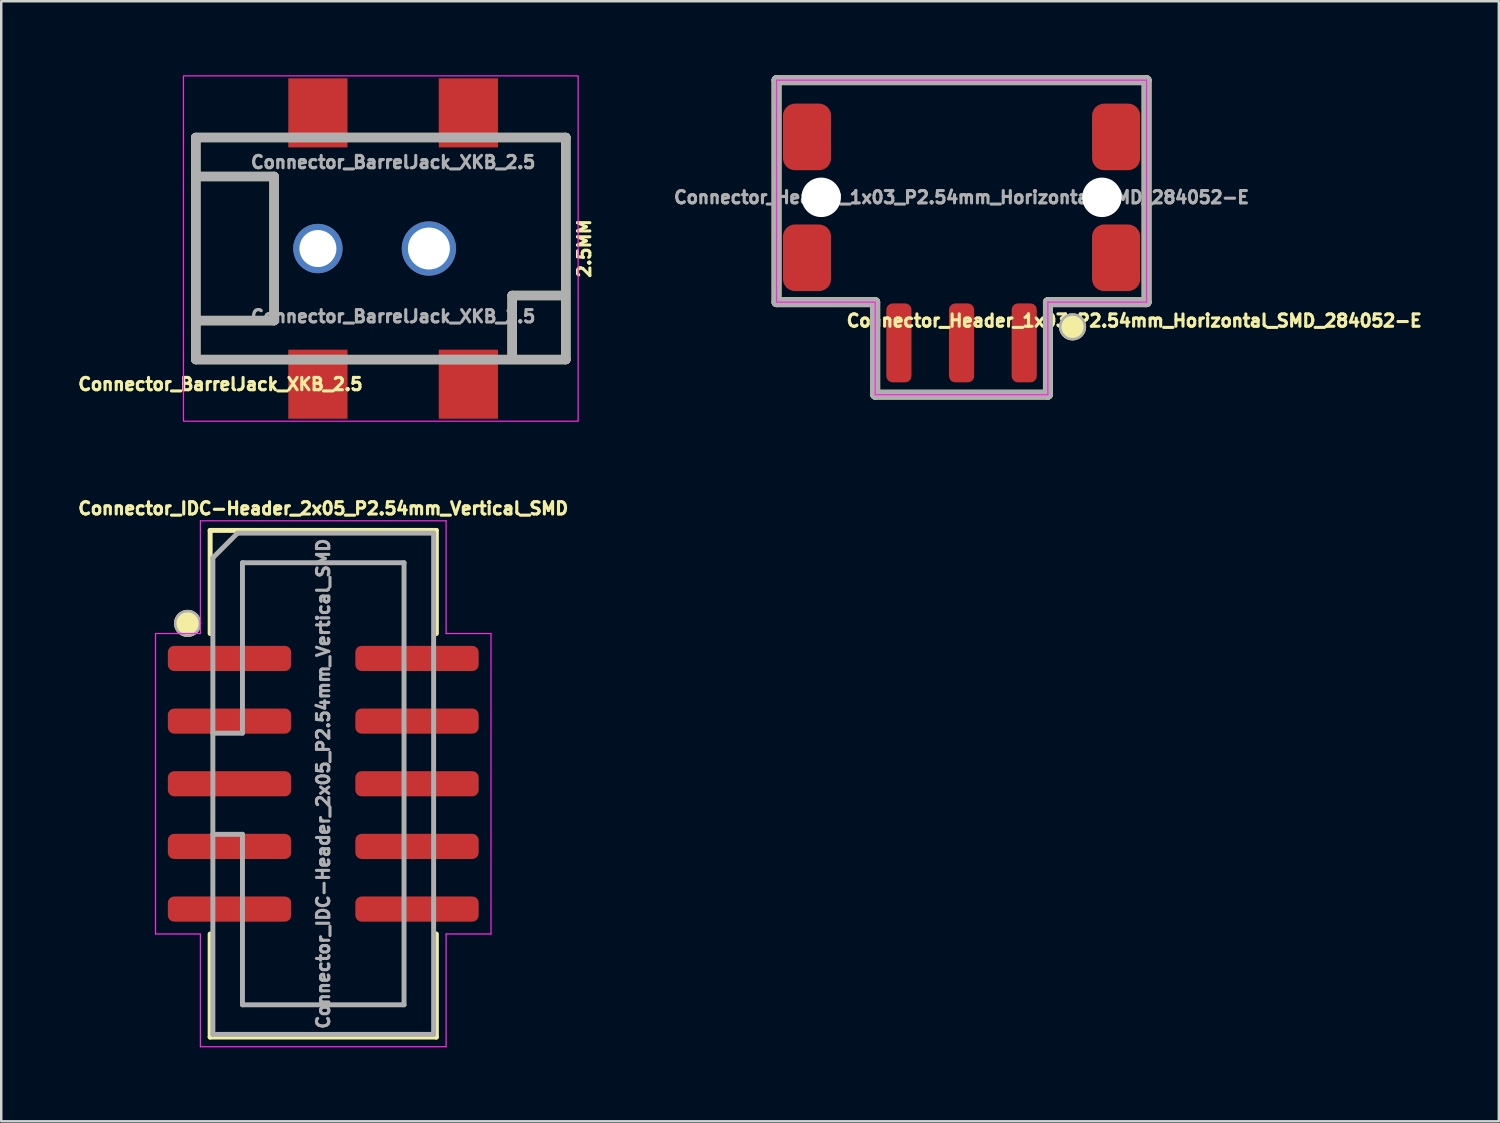
<source format=kicad_pcb>
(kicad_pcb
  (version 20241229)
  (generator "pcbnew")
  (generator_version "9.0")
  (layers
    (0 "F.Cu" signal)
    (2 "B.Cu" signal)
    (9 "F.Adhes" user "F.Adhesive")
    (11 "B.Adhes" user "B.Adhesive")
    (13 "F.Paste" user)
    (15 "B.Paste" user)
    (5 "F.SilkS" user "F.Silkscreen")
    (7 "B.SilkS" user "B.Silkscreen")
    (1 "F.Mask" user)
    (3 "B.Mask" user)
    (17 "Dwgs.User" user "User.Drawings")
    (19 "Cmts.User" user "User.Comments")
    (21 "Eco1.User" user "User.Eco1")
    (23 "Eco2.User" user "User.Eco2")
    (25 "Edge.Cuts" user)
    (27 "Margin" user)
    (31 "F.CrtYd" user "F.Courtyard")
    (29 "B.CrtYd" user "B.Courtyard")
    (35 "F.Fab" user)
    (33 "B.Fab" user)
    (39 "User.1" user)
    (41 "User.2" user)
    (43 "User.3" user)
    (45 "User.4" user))
  (footprint "Connector_Header_1x03_P2.54mm_Horizontal_SMD_284052-E"
    (layer "F.Cu")
    (at 35.93 4.95)
    (property "Reference" "Connector_Header_1x03_P2.54mm_Horizontal_SMD_284052-E" (at 7 5 0) (layer "F.SilkS") (effects (font (size 0.5 0.5) (thickness 0.125))))
    (attr smd)
    (fp_line (start -7.5 -4.75) (end -7.5 4.25) (stroke (width 0.4) (type default)) (layer "F.SilkS"))
    (fp_line (start -7.5 4.25) (end -3.5 4.25) (stroke (width 0.4) (type default)) (layer "F.SilkS"))
    (fp_line (start -3.5 4.25) (end -3.5 8) (stroke (width 0.4) (type default)) (layer "F.SilkS"))
    (fp_line (start -3.5 8) (end 3.5 8) (stroke (width 0.4) (type default)) (layer "F.SilkS"))
    (fp_line (start 3.5 4.25) (end 7.5 4.25) (stroke (width 0.4) (type default)) (layer "F.SilkS"))
    (fp_line (start 3.5 8) (end 3.5 4.25) (stroke (width 0.4) (type default)) (layer "F.SilkS"))
    (fp_line (start 7.5 -4.75) (end -7.5 -4.75) (stroke (width 0.4) (type default)) (layer "F.SilkS"))
    (fp_line (start 7.5 4.25) (end 7.5 -4.75) (stroke (width 0.4) (type default)) (layer "F.SilkS"))
    (fp_circle (center 4.5 5.25) (end 5 5.25) (stroke (width 0.1) (type solid)) (fill yes) (layer "F.SilkS"))
    (fp_line (start -7.5 -4.75) (end -7.5 4.25) (stroke (width 0.05) (type default)) (layer "F.CrtYd"))
    (fp_line (start -7.5 4.25) (end -3.5 4.25) (stroke (width 0.05) (type default)) (layer "F.CrtYd"))
    (fp_line (start -3.5 4.25) (end -3.5 8) (stroke (width 0.05) (type default)) (layer "F.CrtYd"))
    (fp_line (start -3.5 8) (end 3.5 8) (stroke (width 0.05) (type default)) (layer "F.CrtYd"))
    (fp_line (start 3.5 4.25) (end 7.5 4.25) (stroke (width 0.05) (type default)) (layer "F.CrtYd"))
    (fp_line (start 3.5 8) (end 3.5 4.25) (stroke (width 0.05) (type default)) (layer "F.CrtYd"))
    (fp_line (start 7.5 -4.75) (end -7.5 -4.75) (stroke (width 0.05) (type default)) (layer "F.CrtYd"))
    (fp_line (start 7.5 4.25) (end 7.5 -4.75) (stroke (width 0.05) (type default)) (layer "F.CrtYd"))
    (fp_line (start -7.5 -4.75) (end -7.5 4.25) (stroke (width 0.4) (type default)) (layer "F.Fab"))
    (fp_line (start -7.5 4.25) (end -3.5 4.25) (stroke (width 0.4) (type default)) (layer "F.Fab"))
    (fp_line (start -3.5 4.25) (end -3.5 8) (stroke (width 0.4) (type default)) (layer "F.Fab"))
    (fp_line (start -3.5 8) (end 3.5 8) (stroke (width 0.4) (type default)) (layer "F.Fab"))
    (fp_line (start 3.5 4.25) (end 7.5 4.25) (stroke (width 0.4) (type default)) (layer "F.Fab"))
    (fp_line (start 3.5 8) (end 3.5 4.25) (stroke (width 0.4) (type default)) (layer "F.Fab"))
    (fp_line (start 7.5 -4.75) (end -7.5 -4.75) (stroke (width 0.4) (type default)) (layer "F.Fab"))
    (fp_line (start 7.5 4.25) (end 7.5 -4.75) (stroke (width 0.4) (type default)) (layer "F.Fab"))
    (fp_circle (center 4.5 5.25) (end 5 5.25) (stroke (width 0.1) (type solid)) (fill no) (layer "F.Fab"))
    (fp_text user "${REFERENCE}" (at 0 0 180) (layer "F.Fab") (effects (font (size 0.5 0.5) (thickness 0.125))))
    (pad "" smd roundrect (at -6.265 -2.45) (size 1.95 2.7) (layers "F.Cu" "F.Mask" "F.Paste") (roundrect_rratio 0.25))
    (pad "" smd roundrect (at -6.265 2.45) (size 1.95 2.7) (layers "F.Cu" "F.Mask" "F.Paste") (roundrect_rratio 0.25))
    (pad "" np_thru_hole circle (at -5.69 0) (size 1.6 1.6) (drill 1.6) (layers "*.Cu" "*.Mask"))
    (pad "" np_thru_hole circle (at 5.69 0) (size 1.6 1.6) (drill 1.6) (layers "*.Cu" "*.Mask"))
    (pad "" smd roundrect (at 6.265 -2.45) (size 1.95 2.7) (layers "F.Cu" "F.Mask" "F.Paste") (roundrect_rratio 0.25))
    (pad "" smd roundrect (at 6.265 2.45) (size 1.95 2.7) (layers "F.Cu" "F.Mask" "F.Paste") (roundrect_rratio 0.25))
    (pad "1" smd roundrect (at 2.54 5.9) (size 1.02 3.2) (layers "F.Cu" "F.Mask" "F.Paste") (roundrect_rratio 0.25))
    (pad "2" smd roundrect (at 0 5.9) (size 1.02 3.2) (layers "F.Cu" "F.Mask" "F.Paste") (roundrect_rratio 0.25))
    (pad "3" smd roundrect (at -2.54 5.9) (size 1.02 3.2) (layers "F.Cu" "F.Mask" "F.Paste") (roundrect_rratio 0.25)))
  (footprint "Connector_IDC-Header_2x05_P2.54mm_Vertical_SMD"
    (layer "F.Cu")
    (at 10.054 28.722)
    (property "Reference" "Connector_IDC-Header_2x05_P2.54mm_Vertical_SMD" (at 0 -11.16 0) (layer "F.SilkS") (effects (font (size 0.5 0.5) (thickness 0.125))))
    (attr smd)
    (fp_line (start -4.585 -10.27) (end 4.585 -10.27) (stroke (width 0.2) (type solid)) (layer "F.SilkS"))
    (fp_line (start -4.585 -6.09) (end -4.585 -10.27) (stroke (width 0.2) (type solid)) (layer "F.SilkS"))
    (fp_line (start -4.585 6.09) (end -4.585 10.27) (stroke (width 0.2) (type solid)) (layer "F.SilkS"))
    (fp_line (start -4.585 10.27) (end 4.585 10.27) (stroke (width 0.2) (type solid)) (layer "F.SilkS"))
    (fp_line (start 4.585 -10.27) (end 4.585 -6.09) (stroke (width 0.2) (type solid)) (layer "F.SilkS"))
    (fp_line (start 4.585 10.27) (end 4.585 6.09) (stroke (width 0.2) (type solid)) (layer "F.SilkS"))
    (fp_circle (center -5.5 -6.5) (end -5 -6.5) (stroke (width 0.1) (type solid)) (fill yes) (layer "F.SilkS"))
    (fp_line (start -6.8 -6.09) (end -6.8 6.09) (stroke (width 0.05) (type solid)) (layer "F.CrtYd"))
    (fp_line (start -6.8 6.09) (end -4.98 6.09) (stroke (width 0.05) (type solid)) (layer "F.CrtYd"))
    (fp_line (start -4.98 -10.66) (end -4.98 -6.09) (stroke (width 0.05) (type solid)) (layer "F.CrtYd"))
    (fp_line (start -4.98 -6.09) (end -6.8 -6.09) (stroke (width 0.05) (type solid)) (layer "F.CrtYd"))
    (fp_line (start -4.98 6.09) (end -4.98 10.66) (stroke (width 0.05) (type solid)) (layer "F.CrtYd"))
    (fp_line (start -4.98 10.66) (end 4.98 10.66) (stroke (width 0.05) (type solid)) (layer "F.CrtYd"))
    (fp_line (start 4.98 -10.66) (end -4.98 -10.66) (stroke (width 0.05) (type solid)) (layer "F.CrtYd"))
    (fp_line (start 4.98 -6.09) (end 4.98 -10.66) (stroke (width 0.05) (type solid)) (layer "F.CrtYd"))
    (fp_line (start 4.98 6.09) (end 6.8 6.09) (stroke (width 0.05) (type solid)) (layer "F.CrtYd"))
    (fp_line (start 4.98 10.66) (end 4.98 6.09) (stroke (width 0.05) (type solid)) (layer "F.CrtYd"))
    (fp_line (start 6.8 -6.09) (end 4.98 -6.09) (stroke (width 0.05) (type solid)) (layer "F.CrtYd"))
    (fp_line (start 6.8 6.09) (end 6.8 -6.09) (stroke (width 0.05) (type solid)) (layer "F.CrtYd"))
    (fp_line (start -4.475 -9.16) (end -3.475 -10.16) (stroke (width 0.2) (type solid)) (layer "F.Fab"))
    (fp_line (start -4.475 -2.05) (end -3.275 -2.05) (stroke (width 0.2) (type solid)) (layer "F.Fab"))
    (fp_line (start -4.475 10.16) (end -4.475 -9.16) (stroke (width 0.2) (type solid)) (layer "F.Fab"))
    (fp_line (start -3.475 -10.16) (end 4.475 -10.16) (stroke (width 0.2) (type solid)) (layer "F.Fab"))
    (fp_line (start -3.275 -8.96) (end 3.275 -8.96) (stroke (width 0.2) (type solid)) (layer "F.Fab"))
    (fp_line (start -3.275 -2.05) (end -3.275 -8.96) (stroke (width 0.2) (type solid)) (layer "F.Fab"))
    (fp_line (start -3.275 2.05) (end -4.475 2.05) (stroke (width 0.2) (type solid)) (layer "F.Fab"))
    (fp_line (start -3.275 2.05) (end -3.275 2.05) (stroke (width 0.1) (type solid)) (layer "F.Fab"))
    (fp_line (start -3.275 8.96) (end -3.275 2.05) (stroke (width 0.2) (type solid)) (layer "F.Fab"))
    (fp_line (start 3.275 -8.96) (end 3.275 8.96) (stroke (width 0.2) (type solid)) (layer "F.Fab"))
    (fp_line (start 3.275 8.96) (end -3.275 8.96) (stroke (width 0.2) (type solid)) (layer "F.Fab"))
    (fp_line (start 4.475 -10.16) (end 4.475 10.16) (stroke (width 0.2) (type solid)) (layer "F.Fab"))
    (fp_line (start 4.475 10.16) (end -4.475 10.16) (stroke (width 0.2) (type solid)) (layer "F.Fab"))
    (fp_circle (center -5.5 -6.5) (end -5 -6.5) (stroke (width 0.1) (type solid)) (fill no) (layer "F.Fab"))
    (fp_text user "${REFERENCE}" (at 0 0 90) (layer "F.Fab") (effects (font (size 0.5 0.5) (thickness 0.125))))
    (pad "1" smd roundrect (at -3.8 -5.08) (size 5 1.02) (layers "F.Cu" "F.Mask" "F.Paste") (roundrect_rratio 0.25))
    (pad "2" smd roundrect (at 3.8 -5.08) (size 5 1.02) (layers "F.Cu" "F.Mask" "F.Paste") (roundrect_rratio 0.25))
    (pad "3" smd roundrect (at -3.8 -2.54) (size 5 1.02) (layers "F.Cu" "F.Mask" "F.Paste") (roundrect_rratio 0.25))
    (pad "4" smd roundrect (at 3.8 -2.54) (size 5 1.02) (layers "F.Cu" "F.Mask" "F.Paste") (roundrect_rratio 0.25))
    (pad "5" smd roundrect (at -3.8 0) (size 5 1.02) (layers "F.Cu" "F.Mask" "F.Paste") (roundrect_rratio 0.25))
    (pad "6" smd roundrect (at 3.8 0) (size 5 1.02) (layers "F.Cu" "F.Mask" "F.Paste") (roundrect_rratio 0.25))
    (pad "7" smd roundrect (at -3.8 2.54) (size 5 1.02) (layers "F.Cu" "F.Mask" "F.Paste") (roundrect_rratio 0.25))
    (pad "8" smd roundrect (at 3.8 2.54) (size 5 1.02) (layers "F.Cu" "F.Mask" "F.Paste") (roundrect_rratio 0.25))
    (pad "9" smd roundrect (at -3.8 5.08) (size 5 1.02) (layers "F.Cu" "F.Mask" "F.Paste") (roundrect_rratio 0.25))
    (pad "10" smd roundrect (at 3.8 5.08) (size 5 1.02) (layers "F.Cu" "F.Mask" "F.Paste") (roundrect_rratio 0.25)))
  (footprint "Connector_BarrelJack_XKB_2.5"
    (layer "F.Cu")
    (at 12.887 7.025)
    (property "Reference" "Connector_BarrelJack_XKB_2.5" (at -7 5.5 0) (layer "F.SilkS") (effects (font (size 0.5 0.5) (thickness 0.125))))
    (property "Value" "Connector_BarrelJack_XKB_2.5" (at 0 -3.5 0) (layer "F.SilkS") (hide yes) (effects (font (size 0.5 0.5) (thickness 0.125))))
    (attr through_hole)
    (fp_line (start -8.001 -2.921) (end -4.826 -2.921) (stroke (width 0.381) (type solid)) (layer "F.SilkS"))
    (fp_line (start -8 -4.5) (end -8 4.5) (stroke (width 0.381) (type solid)) (layer "F.SilkS"))
    (fp_line (start -8 4.5) (end 7 4.5) (stroke (width 0.381) (type solid)) (layer "F.SilkS"))
    (fp_line (start -4.826 -2.921) (end -4.826 2.921) (stroke (width 0.381) (type solid)) (layer "F.SilkS"))
    (fp_line (start -4.826 2.921) (end -8.001 2.921) (stroke (width 0.381) (type solid)) (layer "F.SilkS"))
    (fp_line (start 4.826 1.905) (end 6.985 1.905) (stroke (width 0.381) (type solid)) (layer "F.SilkS"))
    (fp_line (start 4.826 4.445) (end 4.826 1.905) (stroke (width 0.381) (type solid)) (layer "F.SilkS"))
    (fp_line (start 7 -4.5) (end -8 -4.5) (stroke (width 0.381) (type solid)) (layer "F.SilkS"))
    (fp_line (start 7 4.5) (end 7 -4.5) (stroke (width 0.381) (type solid)) (layer "F.SilkS"))
    (fp_rect (start -8.5 -7) (end 7.5 7) (stroke (width 0.05) (type default)) (fill no) (layer "F.CrtYd"))
    (fp_line (start -8.001 -2.921) (end -4.826 -2.921) (stroke (width 0.381) (type solid)) (layer "F.Fab"))
    (fp_line (start -8 -4.5) (end -8 4.5) (stroke (width 0.381) (type solid)) (layer "F.Fab"))
    (fp_line (start -8 4.5) (end 7 4.5) (stroke (width 0.381) (type solid)) (layer "F.Fab"))
    (fp_line (start -4.826 -2.921) (end -4.826 2.921) (stroke (width 0.381) (type solid)) (layer "F.Fab"))
    (fp_line (start -4.826 2.921) (end -8.001 2.921) (stroke (width 0.381) (type solid)) (layer "F.Fab"))
    (fp_line (start 4.826 1.905) (end 6.985 1.905) (stroke (width 0.381) (type solid)) (layer "F.Fab"))
    (fp_line (start 4.826 4.445) (end 4.826 1.905) (stroke (width 0.381) (type solid)) (layer "F.Fab"))
    (fp_line (start 7 -4.5) (end -8 -4.5) (stroke (width 0.381) (type solid)) (layer "F.Fab"))
    (fp_line (start 7 4.5) (end 7 -4.5) (stroke (width 0.381) (type solid)) (layer "F.Fab"))
    (fp_text user "2.5MM" (at 7.75 0 90) (layer "F.SilkS") (effects (font (size 0.5 0.5) (thickness 0.125) (bold yes))))
    (fp_text user "${REFERENCE}" (at 0 2.75 0) (layer "F.Fab") (effects (font (size 0.5 0.5) (thickness 0.125))))
    (fp_text user "${VALUE}" (at 0 -3.5 0) (layer "F.Fab") (effects (font (size 0.5 0.5) (thickness 0.125))))
    (pad "" thru_hole circle (at -3.05 0) (size 2 2) (drill 1.5) (layers "*.Cu" "*.Mask"))
    (pad "" thru_hole circle (at 1.45 0) (size 2.2 2.2) (drill 1.7) (layers "*.Cu" "*.Mask"))
    (pad "1" smd rect (at -3.05 -5.5) (size 2.4 2.8) (layers "F.Cu" "F.Mask" "F.Paste"))
    (pad "1" smd rect (at 3.05 -5.5) (size 2.4 2.8) (layers "F.Cu" "F.Mask" "F.Paste"))
    (pad "2" smd rect (at -3.05 5.5) (size 2.4 2.8) (layers "F.Cu" "F.Mask" "F.Paste"))
    (pad "3" smd rect (at 3.05 5.5) (size 2.4 2.8) (layers "F.Cu" "F.Mask" "F.Paste")))
  (gr_rect
    (start -3 -3)
    (end 57.71 42.407)
    (stroke (width 0.1) (type default))
    (fill no)
    (layer "Edge.Cuts")))
</source>
